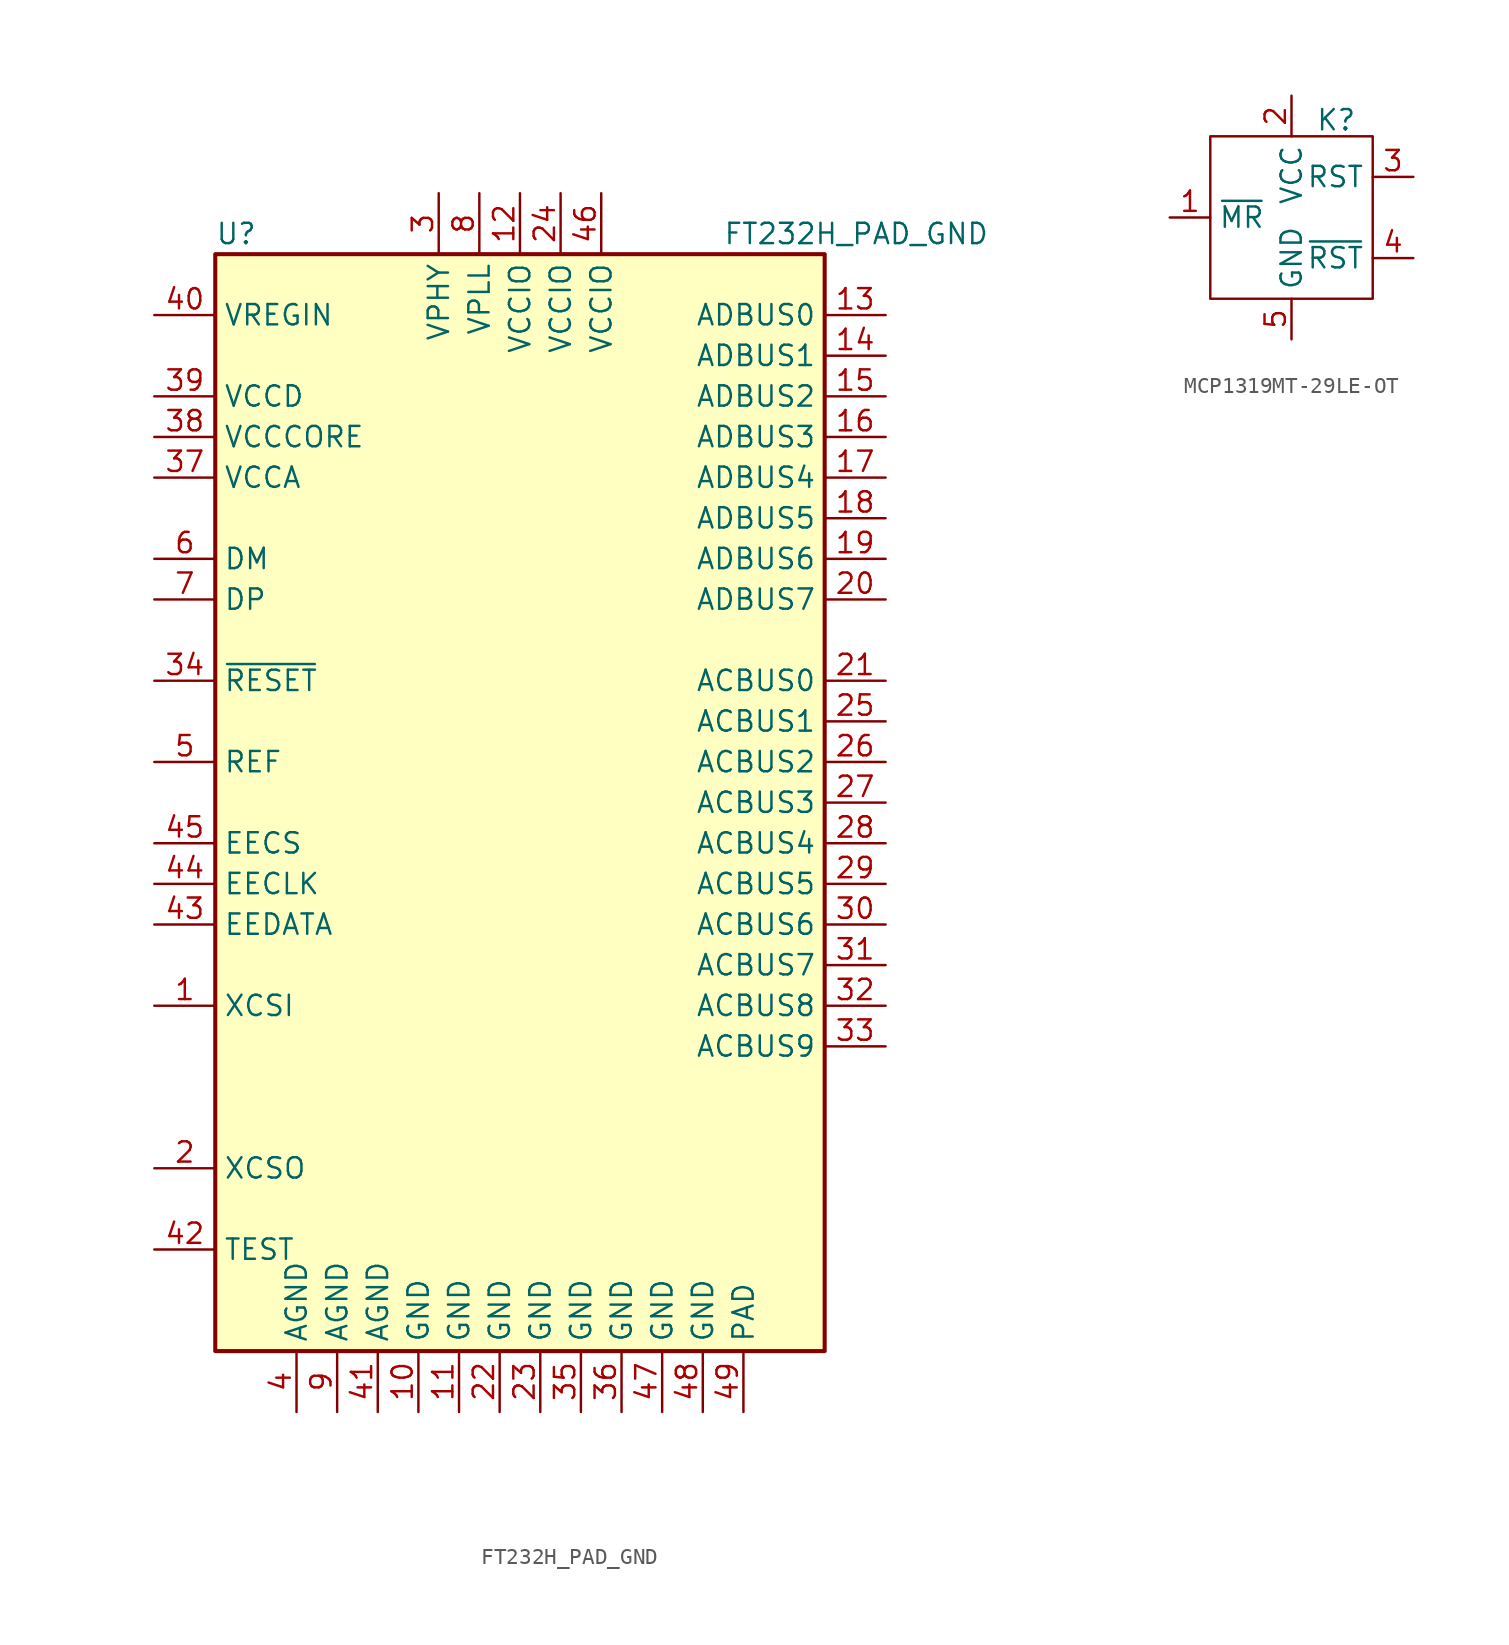
<source format=kicad_sym>
(kicad_symbol_lib
  (version 20231120)
  (generator "kicad_symbol_editor")
  (generator_version "8.0")
  (symbol "FT232H_PAD_GND"
    (property "Reference" "U"
      (at -19.05 35.56 0)
      (effects (font (size 1.27 1.27)) (justify left)))
    (property "Value" "FT232H_PAD_GND"
      (at 12.7 35.56 0)
      (effects (font (size 1.27 1.27)) (justify left)))
    (symbol "FT232H_PAD_GND_0_1"
      (rectangle (start -19.05 34.29) (end 19.05 -34.29) (stroke (width 0.254) (type default)) (fill (type background))))
    (symbol "FT232H_PAD_GND_1_1"
      (pin input line (at -22.86 -12.7 0) (length 3.81) (name "XCSI" (effects (font (size 1.27 1.27)))) (number "1" (effects (font (size 1.27 1.27)))))
      (pin power_in line (at -6.35 -38.1 90) (length 3.81) (name "GND" (effects (font (size 1.27 1.27)))) (number "10" (effects (font (size 1.27 1.27)))))
      (pin power_in line (at -3.81 -38.1 90) (length 3.81) (name "GND" (effects (font (size 1.27 1.27)))) (number "11" (effects (font (size 1.27 1.27)))))
      (pin power_in line (at 0 38.1 270) (length 3.81) (name "VCCIO" (effects (font (size 1.27 1.27)))) (number "12" (effects (font (size 1.27 1.27)))))
      (pin bidirectional line (at 22.86 30.48 180) (length 3.81) (name "ADBUS0" (effects (font (size 1.27 1.27)))) (number "13" (effects (font (size 1.27 1.27)))))
      (pin bidirectional line (at 22.86 27.94 180) (length 3.81) (name "ADBUS1" (effects (font (size 1.27 1.27)))) (number "14" (effects (font (size 1.27 1.27)))))
      (pin bidirectional line (at 22.86 25.4 180) (length 3.81) (name "ADBUS2" (effects (font (size 1.27 1.27)))) (number "15" (effects (font (size 1.27 1.27)))))
      (pin bidirectional line (at 22.86 22.86 180) (length 3.81) (name "ADBUS3" (effects (font (size 1.27 1.27)))) (number "16" (effects (font (size 1.27 1.27)))))
      (pin bidirectional line (at 22.86 20.32 180) (length 3.81) (name "ADBUS4" (effects (font (size 1.27 1.27)))) (number "17" (effects (font (size 1.27 1.27)))))
      (pin bidirectional line (at 22.86 17.78 180) (length 3.81) (name "ADBUS5" (effects (font (size 1.27 1.27)))) (number "18" (effects (font (size 1.27 1.27)))))
      (pin bidirectional line (at 22.86 15.24 180) (length 3.81) (name "ADBUS6" (effects (font (size 1.27 1.27)))) (number "19" (effects (font (size 1.27 1.27)))))
      (pin output line (at -22.86 -22.86 0) (length 3.81) (name "XCSO" (effects (font (size 1.27 1.27)))) (number "2" (effects (font (size 1.27 1.27)))))
      (pin bidirectional line (at 22.86 12.7 180) (length 3.81) (name "ADBUS7" (effects (font (size 1.27 1.27)))) (number "20" (effects (font (size 1.27 1.27)))))
      (pin bidirectional line (at 22.86 7.62 180) (length 3.81) (name "ACBUS0" (effects (font (size 1.27 1.27)))) (number "21" (effects (font (size 1.27 1.27)))))
      (pin power_in line (at -1.27 -38.1 90) (length 3.81) (name "GND" (effects (font (size 1.27 1.27)))) (number "22" (effects (font (size 1.27 1.27)))))
      (pin power_in line (at 1.27 -38.1 90) (length 3.81) (name "GND" (effects (font (size 1.27 1.27)))) (number "23" (effects (font (size 1.27 1.27)))))
      (pin power_in line (at 2.54 38.1 270) (length 3.81) (name "VCCIO" (effects (font (size 1.27 1.27)))) (number "24" (effects (font (size 1.27 1.27)))))
      (pin bidirectional line (at 22.86 5.08 180) (length 3.81) (name "ACBUS1" (effects (font (size 1.27 1.27)))) (number "25" (effects (font (size 1.27 1.27)))))
      (pin bidirectional line (at 22.86 2.54 180) (length 3.81) (name "ACBUS2" (effects (font (size 1.27 1.27)))) (number "26" (effects (font (size 1.27 1.27)))))
      (pin bidirectional line (at 22.86 0 180) (length 3.81) (name "ACBUS3" (effects (font (size 1.27 1.27)))) (number "27" (effects (font (size 1.27 1.27)))))
      (pin bidirectional line (at 22.86 -2.54 180) (length 3.81) (name "ACBUS4" (effects (font (size 1.27 1.27)))) (number "28" (effects (font (size 1.27 1.27)))))
      (pin bidirectional line (at 22.86 -5.08 180) (length 3.81) (name "ACBUS5" (effects (font (size 1.27 1.27)))) (number "29" (effects (font (size 1.27 1.27)))))
      (pin power_in line (at -5.08 38.1 270) (length 3.81) (name "VPHY" (effects (font (size 1.27 1.27)))) (number "3" (effects (font (size 1.27 1.27)))))
      (pin bidirectional line (at 22.86 -7.62 180) (length 3.81) (name "ACBUS6" (effects (font (size 1.27 1.27)))) (number "30" (effects (font (size 1.27 1.27)))))
      (pin bidirectional line (at 22.86 -10.16 180) (length 3.81) (name "ACBUS7" (effects (font (size 1.27 1.27)))) (number "31" (effects (font (size 1.27 1.27)))))
      (pin bidirectional line (at 22.86 -12.7 180) (length 3.81) (name "ACBUS8" (effects (font (size 1.27 1.27)))) (number "32" (effects (font (size 1.27 1.27)))))
      (pin bidirectional line (at 22.86 -15.24 180) (length 3.81) (name "ACBUS9" (effects (font (size 1.27 1.27)))) (number "33" (effects (font (size 1.27 1.27)))))
      (pin input line (at -22.86 7.62 0) (length 3.81) (name "~{RESET}" (effects (font (size 1.27 1.27)))) (number "34" (effects (font (size 1.27 1.27)))))
      (pin power_in line (at 3.81 -38.1 90) (length 3.81) (name "GND" (effects (font (size 1.27 1.27)))) (number "35" (effects (font (size 1.27 1.27)))))
      (pin power_in line (at 6.35 -38.1 90) (length 3.81) (name "GND" (effects (font (size 1.27 1.27)))) (number "36" (effects (font (size 1.27 1.27)))))
      (pin power_out line (at -22.86 20.32 0) (length 3.81) (name "VCCA" (effects (font (size 1.27 1.27)))) (number "37" (effects (font (size 1.27 1.27)))))
      (pin power_out line (at -22.86 22.86 0) (length 3.81) (name "VCCCORE" (effects (font (size 1.27 1.27)))) (number "38" (effects (font (size 1.27 1.27)))))
      (pin power_in line (at -22.86 25.4 0) (length 3.81) (name "VCCD" (effects (font (size 1.27 1.27)))) (number "39" (effects (font (size 1.27 1.27)))))
      (pin power_in line (at -13.97 -38.1 90) (length 3.81) (name "AGND" (effects (font (size 1.27 1.27)))) (number "4" (effects (font (size 1.27 1.27)))))
      (pin power_in line (at -22.86 30.48 0) (length 3.81) (name "VREGIN" (effects (font (size 1.27 1.27)))) (number "40" (effects (font (size 1.27 1.27)))))
      (pin power_in line (at -8.89 -38.1 90) (length 3.81) (name "AGND" (effects (font (size 1.27 1.27)))) (number "41" (effects (font (size 1.27 1.27)))))
      (pin input line (at -22.86 -27.94 0) (length 3.81) (name "TEST" (effects (font (size 1.27 1.27)))) (number "42" (effects (font (size 1.27 1.27)))))
      (pin bidirectional line (at -22.86 -7.62 0) (length 3.81) (name "EEDATA" (effects (font (size 1.27 1.27)))) (number "43" (effects (font (size 1.27 1.27)))))
      (pin input line (at -22.86 -5.08 0) (length 3.81) (name "EECLK" (effects (font (size 1.27 1.27)))) (number "44" (effects (font (size 1.27 1.27)))))
      (pin input line (at -22.86 -2.54 0) (length 3.81) (name "EECS" (effects (font (size 1.27 1.27)))) (number "45" (effects (font (size 1.27 1.27)))))
      (pin power_in line (at 5.08 38.1 270) (length 3.81) (name "VCCIO" (effects (font (size 1.27 1.27)))) (number "46" (effects (font (size 1.27 1.27)))))
      (pin power_in line (at 8.89 -38.1 90) (length 3.81) (name "GND" (effects (font (size 1.27 1.27)))) (number "47" (effects (font (size 1.27 1.27)))))
      (pin power_in line (at 11.43 -38.1 90) (length 3.81) (name "GND" (effects (font (size 1.27 1.27)))) (number "48" (effects (font (size 1.27 1.27)))))
      (pin power_in line (at 13.97 -38.1 90) (length 3.81) (name "PAD" (effects (font (size 1.27 1.27)))) (number "49" (effects (font (size 1.27 1.27)))))
      (pin input line (at -22.86 2.54 0) (length 3.81) (name "REF" (effects (font (size 1.27 1.27)))) (number "5" (effects (font (size 1.27 1.27)))))
      (pin bidirectional line (at -22.86 15.24 0) (length 3.81) (name "DM" (effects (font (size 1.27 1.27)))) (number "6" (effects (font (size 1.27 1.27)))))
      (pin bidirectional line (at -22.86 12.7 0) (length 3.81) (name "DP" (effects (font (size 1.27 1.27)))) (number "7" (effects (font (size 1.27 1.27)))))
      (pin power_in line (at -2.54 38.1 270) (length 3.81) (name "VPLL" (effects (font (size 1.27 1.27)))) (number "8" (effects (font (size 1.27 1.27)))))
      (pin power_in line (at -11.43 -38.1 90) (length 3.81) (name "AGND" (effects (font (size 1.27 1.27)))) (number "9" (effects (font (size 1.27 1.27)))))))
  (symbol "MCP1319MT-29LE-OT"
    (property "Reference" "K"
      (at 2.794 4.826 0)
      (effects (font (size 1.27 1.27))))
    (property "Value" ""
      (at 0 0 0)
      (effects (font (size 1.27 1.27))))
    (symbol "MCP1319MT-29LE-OT_0_1"
      (rectangle (start -5.08 3.81) (end 5.08 -6.35) (stroke (width 0) (type default)) (fill (type none))))
    (symbol "MCP1319MT-29LE-OT_1_1"
      (pin input line (at -7.62 -1.27 0) (length 2.54) (name "~{MR}" (effects (font (size 1.27 1.27)))) (number "1" (effects (font (size 1.27 1.27)))))
      (pin power_in line (at 0 6.35 270) (length 2.54) (name "VCC" (effects (font (size 1.27 1.27)))) (number "2" (effects (font (size 1.27 1.27)))))
      (pin output line (at 7.62 1.27 180) (length 2.54) (name "RST" (effects (font (size 1.27 1.27)))) (number "3" (effects (font (size 1.27 1.27)))))
      (pin output line (at 7.62 -3.81 180) (length 2.54) (name "~{RST}" (effects (font (size 1.27 1.27)))) (number "4" (effects (font (size 1.27 1.27)))))
      (pin power_in line (at 0 -8.89 90) (length 2.54) (name "GND" (effects (font (size 1.27 1.27)))) (number "5" (effects (font (size 1.27 1.27))))))))
</source>
